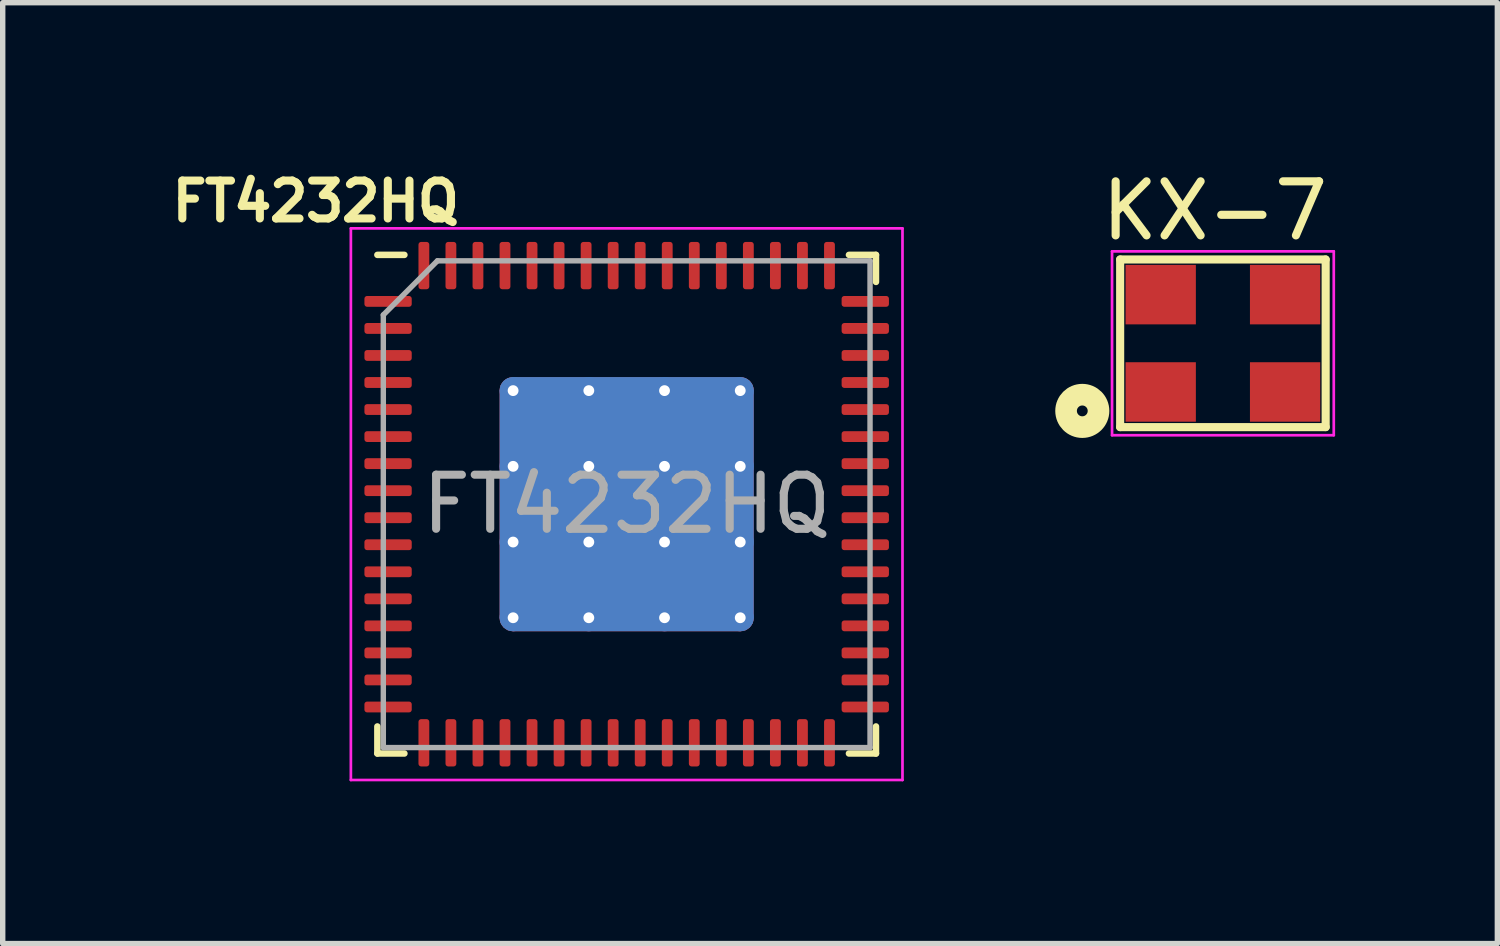
<source format=kicad_pcb>
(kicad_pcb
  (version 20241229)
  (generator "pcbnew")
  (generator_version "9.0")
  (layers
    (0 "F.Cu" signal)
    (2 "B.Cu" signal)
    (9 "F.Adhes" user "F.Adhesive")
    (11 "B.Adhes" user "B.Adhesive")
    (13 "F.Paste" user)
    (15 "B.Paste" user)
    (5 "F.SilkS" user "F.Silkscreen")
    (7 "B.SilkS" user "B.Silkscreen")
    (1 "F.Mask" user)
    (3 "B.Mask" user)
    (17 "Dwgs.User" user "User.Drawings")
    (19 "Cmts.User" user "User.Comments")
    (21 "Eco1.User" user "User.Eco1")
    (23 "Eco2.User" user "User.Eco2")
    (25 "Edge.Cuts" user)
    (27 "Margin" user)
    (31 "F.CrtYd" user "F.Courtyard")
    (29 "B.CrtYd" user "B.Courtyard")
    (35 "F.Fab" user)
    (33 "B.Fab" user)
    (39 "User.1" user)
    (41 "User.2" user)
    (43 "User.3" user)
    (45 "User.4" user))
  (footprint "FT4232HQ"
    (layer "F.Cu")
    (at 8.538 6.273)
    (property "Reference" "FT4232HQ" (at -5.75 -5.6 0) (layer "F.SilkS") (effects (font (size 0.7 0.7) (thickness 0.15))))
    (attr smd)
    (fp_line (start -4.61 4.61) (end -4.61 4.11) (stroke (width 0.12) (type solid)) (layer "F.SilkS"))
    (fp_line (start -4.11 -4.61) (end -4.61 -4.61) (stroke (width 0.12) (type solid)) (layer "F.SilkS"))
    (fp_line (start -4.11 4.61) (end -4.61 4.61) (stroke (width 0.12) (type solid)) (layer "F.SilkS"))
    (fp_line (start 4.11 -4.61) (end 4.61 -4.61) (stroke (width 0.12) (type solid)) (layer "F.SilkS"))
    (fp_line (start 4.11 4.61) (end 4.61 4.61) (stroke (width 0.12) (type solid)) (layer "F.SilkS"))
    (fp_line (start 4.61 -4.61) (end 4.61 -4.11) (stroke (width 0.12) (type solid)) (layer "F.SilkS"))
    (fp_line (start 4.61 4.61) (end 4.61 4.11) (stroke (width 0.12) (type solid)) (layer "F.SilkS"))
    (fp_line (start -5.1 -5.1) (end -5.1 5.1) (stroke (width 0.05) (type solid)) (layer "F.CrtYd"))
    (fp_line (start -5.1 5.1) (end 5.1 5.1) (stroke (width 0.05) (type solid)) (layer "F.CrtYd"))
    (fp_line (start 5.1 -5.1) (end -5.1 -5.1) (stroke (width 0.05) (type solid)) (layer "F.CrtYd"))
    (fp_line (start 5.1 5.1) (end 5.1 -5.1) (stroke (width 0.05) (type solid)) (layer "F.CrtYd"))
    (fp_line (start -4.5 -3.5) (end -3.5 -4.5) (stroke (width 0.1) (type solid)) (layer "F.Fab"))
    (fp_line (start -4.5 4.5) (end -4.5 -3.5) (stroke (width 0.1) (type solid)) (layer "F.Fab"))
    (fp_line (start -3.5 -4.5) (end 4.5 -4.5) (stroke (width 0.1) (type solid)) (layer "F.Fab"))
    (fp_line (start 4.5 -4.5) (end 4.5 4.5) (stroke (width 0.1) (type solid)) (layer "F.Fab"))
    (fp_line (start 4.5 4.5) (end -4.5 4.5) (stroke (width 0.1) (type solid)) (layer "F.Fab"))
    (fp_text user "${REFERENCE}" (at 0 0 0) (layer "F.Fab") (effects (font (size 1 1) (thickness 0.15))))
    (pad "" smd roundrect (at -1.4 -1.4) (size 1.263 1.263) (layers "F.Paste") (roundrect_rratio 0.198))
    (pad "" smd roundrect (at -1.4 0) (size 1.263 1.263) (layers "F.Paste") (roundrect_rratio 0.198))
    (pad "" smd roundrect (at -1.4 1.4) (size 1.263 1.263) (layers "F.Paste") (roundrect_rratio 0.198))
    (pad "" smd roundrect (at 0 -1.4) (size 1.263 1.263) (layers "F.Paste") (roundrect_rratio 0.198))
    (pad "" smd roundrect (at 0 0) (size 1.263 1.263) (layers "F.Paste") (roundrect_rratio 0.198))
    (pad "" smd roundrect (at 0 1.4) (size 1.263 1.263) (layers "F.Paste") (roundrect_rratio 0.198))
    (pad "" smd roundrect (at 1.4 -1.4) (size 1.263 1.263) (layers "F.Paste") (roundrect_rratio 0.198))
    (pad "" smd roundrect (at 1.4 0) (size 1.263 1.263) (layers "F.Paste") (roundrect_rratio 0.198))
    (pad "" smd roundrect (at 1.4 1.4) (size 1.263 1.263) (layers "F.Paste") (roundrect_rratio 0.198))
    (pad "1" smd roundrect (at -4.412 -3.75) (size 0.875 0.2) (layers "F.Cu" "F.Mask" "F.Paste") (roundrect_rratio 0.25))
    (pad "2" smd roundrect (at -4.412 -3.25) (size 0.875 0.2) (layers "F.Cu" "F.Mask" "F.Paste") (roundrect_rratio 0.25))
    (pad "3" smd roundrect (at -4.412 -2.75) (size 0.875 0.2) (layers "F.Cu" "F.Mask" "F.Paste") (roundrect_rratio 0.25))
    (pad "4" smd roundrect (at -4.412 -2.25) (size 0.875 0.2) (layers "F.Cu" "F.Mask" "F.Paste") (roundrect_rratio 0.25))
    (pad "5" smd roundrect (at -4.412 -1.75) (size 0.875 0.2) (layers "F.Cu" "F.Mask" "F.Paste") (roundrect_rratio 0.25))
    (pad "6" smd roundrect (at -4.412 -1.25) (size 0.875 0.2) (layers "F.Cu" "F.Mask" "F.Paste") (roundrect_rratio 0.25))
    (pad "7" smd roundrect (at -4.412 -0.75) (size 0.875 0.2) (layers "F.Cu" "F.Mask" "F.Paste") (roundrect_rratio 0.25))
    (pad "8" smd roundrect (at -4.412 -0.25) (size 0.875 0.2) (layers "F.Cu" "F.Mask" "F.Paste") (roundrect_rratio 0.25))
    (pad "9" smd roundrect (at -4.412 0.25) (size 0.875 0.2) (layers "F.Cu" "F.Mask" "F.Paste") (roundrect_rratio 0.25))
    (pad "10" smd roundrect (at -4.412 0.75) (size 0.875 0.2) (layers "F.Cu" "F.Mask" "F.Paste") (roundrect_rratio 0.25))
    (pad "11" smd roundrect (at -4.412 1.25) (size 0.875 0.2) (layers "F.Cu" "F.Mask" "F.Paste") (roundrect_rratio 0.25))
    (pad "12" smd roundrect (at -4.412 1.75) (size 0.875 0.2) (layers "F.Cu" "F.Mask" "F.Paste") (roundrect_rratio 0.25))
    (pad "13" smd roundrect (at -4.412 2.25) (size 0.875 0.2) (layers "F.Cu" "F.Mask" "F.Paste") (roundrect_rratio 0.25))
    (pad "14" smd roundrect (at -4.412 2.75) (size 0.875 0.2) (layers "F.Cu" "F.Mask" "F.Paste") (roundrect_rratio 0.25))
    (pad "15" smd roundrect (at -4.412 3.25) (size 0.875 0.2) (layers "F.Cu" "F.Mask" "F.Paste") (roundrect_rratio 0.25))
    (pad "16" smd roundrect (at -4.412 3.75) (size 0.875 0.2) (layers "F.Cu" "F.Mask" "F.Paste") (roundrect_rratio 0.25))
    (pad "17" smd roundrect (at -3.75 4.412) (size 0.2 0.875) (layers "F.Cu" "F.Mask" "F.Paste") (roundrect_rratio 0.25))
    (pad "18" smd roundrect (at -3.25 4.412) (size 0.2 0.875) (layers "F.Cu" "F.Mask" "F.Paste") (roundrect_rratio 0.25))
    (pad "19" smd roundrect (at -2.75 4.412) (size 0.2 0.875) (layers "F.Cu" "F.Mask" "F.Paste") (roundrect_rratio 0.25))
    (pad "20" smd roundrect (at -2.25 4.412) (size 0.2 0.875) (layers "F.Cu" "F.Mask" "F.Paste") (roundrect_rratio 0.25))
    (pad "21" smd roundrect (at -1.75 4.412) (size 0.2 0.875) (layers "F.Cu" "F.Mask" "F.Paste") (roundrect_rratio 0.25))
    (pad "22" smd roundrect (at -1.25 4.412) (size 0.2 0.875) (layers "F.Cu" "F.Mask" "F.Paste") (roundrect_rratio 0.25))
    (pad "23" smd roundrect (at -0.75 4.412) (size 0.2 0.875) (layers "F.Cu" "F.Mask" "F.Paste") (roundrect_rratio 0.25))
    (pad "24" smd roundrect (at -0.25 4.412) (size 0.2 0.875) (layers "F.Cu" "F.Mask" "F.Paste") (roundrect_rratio 0.25))
    (pad "25" smd roundrect (at 0.25 4.412) (size 0.2 0.875) (layers "F.Cu" "F.Mask" "F.Paste") (roundrect_rratio 0.25))
    (pad "26" smd roundrect (at 0.75 4.412) (size 0.2 0.875) (layers "F.Cu" "F.Mask" "F.Paste") (roundrect_rratio 0.25))
    (pad "27" smd roundrect (at 1.25 4.412) (size 0.2 0.875) (layers "F.Cu" "F.Mask" "F.Paste") (roundrect_rratio 0.25))
    (pad "28" smd roundrect (at 1.75 4.412) (size 0.2 0.875) (layers "F.Cu" "F.Mask" "F.Paste") (roundrect_rratio 0.25))
    (pad "29" smd roundrect (at 2.25 4.412) (size 0.2 0.875) (layers "F.Cu" "F.Mask" "F.Paste") (roundrect_rratio 0.25))
    (pad "30" smd roundrect (at 2.75 4.412) (size 0.2 0.875) (layers "F.Cu" "F.Mask" "F.Paste") (roundrect_rratio 0.25))
    (pad "31" smd roundrect (at 3.25 4.412) (size 0.2 0.875) (layers "F.Cu" "F.Mask" "F.Paste") (roundrect_rratio 0.25))
    (pad "32" smd roundrect (at 3.75 4.412) (size 0.2 0.875) (layers "F.Cu" "F.Mask" "F.Paste") (roundrect_rratio 0.25))
    (pad "33" smd roundrect (at 4.412 3.75) (size 0.875 0.2) (layers "F.Cu" "F.Mask" "F.Paste") (roundrect_rratio 0.25))
    (pad "34" smd roundrect (at 4.412 3.25) (size 0.875 0.2) (layers "F.Cu" "F.Mask" "F.Paste") (roundrect_rratio 0.25))
    (pad "35" smd roundrect (at 4.412 2.75) (size 0.875 0.2) (layers "F.Cu" "F.Mask" "F.Paste") (roundrect_rratio 0.25))
    (pad "36" smd roundrect (at 4.412 2.25) (size 0.875 0.2) (layers "F.Cu" "F.Mask" "F.Paste") (roundrect_rratio 0.25))
    (pad "37" smd roundrect (at 4.412 1.75) (size 0.875 0.2) (layers "F.Cu" "F.Mask" "F.Paste") (roundrect_rratio 0.25))
    (pad "38" smd roundrect (at 4.412 1.25) (size 0.875 0.2) (layers "F.Cu" "F.Mask" "F.Paste") (roundrect_rratio 0.25))
    (pad "39" smd roundrect (at 4.412 0.75) (size 0.875 0.2) (layers "F.Cu" "F.Mask" "F.Paste") (roundrect_rratio 0.25))
    (pad "40" smd roundrect (at 4.412 0.25) (size 0.875 0.2) (layers "F.Cu" "F.Mask" "F.Paste") (roundrect_rratio 0.25))
    (pad "41" smd roundrect (at 4.412 -0.25) (size 0.875 0.2) (layers "F.Cu" "F.Mask" "F.Paste") (roundrect_rratio 0.25))
    (pad "42" smd roundrect (at 4.412 -0.75) (size 0.875 0.2) (layers "F.Cu" "F.Mask" "F.Paste") (roundrect_rratio 0.25))
    (pad "43" smd roundrect (at 4.412 -1.25) (size 0.875 0.2) (layers "F.Cu" "F.Mask" "F.Paste") (roundrect_rratio 0.25))
    (pad "44" smd roundrect (at 4.412 -1.75) (size 0.875 0.2) (layers "F.Cu" "F.Mask" "F.Paste") (roundrect_rratio 0.25))
    (pad "45" smd roundrect (at 4.412 -2.25) (size 0.875 0.2) (layers "F.Cu" "F.Mask" "F.Paste") (roundrect_rratio 0.25))
    (pad "46" smd roundrect (at 4.412 -2.75) (size 0.875 0.2) (layers "F.Cu" "F.Mask" "F.Paste") (roundrect_rratio 0.25))
    (pad "47" smd roundrect (at 4.412 -3.25) (size 0.875 0.2) (layers "F.Cu" "F.Mask" "F.Paste") (roundrect_rratio 0.25))
    (pad "48" smd roundrect (at 4.412 -3.75) (size 0.875 0.2) (layers "F.Cu" "F.Mask" "F.Paste") (roundrect_rratio 0.25))
    (pad "49" smd roundrect (at 3.75 -4.412) (size 0.2 0.875) (layers "F.Cu" "F.Mask" "F.Paste") (roundrect_rratio 0.25))
    (pad "50" smd roundrect (at 3.25 -4.412) (size 0.2 0.875) (layers "F.Cu" "F.Mask" "F.Paste") (roundrect_rratio 0.25))
    (pad "51" smd roundrect (at 2.75 -4.412) (size 0.2 0.875) (layers "F.Cu" "F.Mask" "F.Paste") (roundrect_rratio 0.25))
    (pad "52" smd roundrect (at 2.25 -4.412) (size 0.2 0.875) (layers "F.Cu" "F.Mask" "F.Paste") (roundrect_rratio 0.25))
    (pad "53" smd roundrect (at 1.75 -4.412) (size 0.2 0.875) (layers "F.Cu" "F.Mask" "F.Paste") (roundrect_rratio 0.25))
    (pad "54" smd roundrect (at 1.25 -4.412) (size 0.2 0.875) (layers "F.Cu" "F.Mask" "F.Paste") (roundrect_rratio 0.25))
    (pad "55" smd roundrect (at 0.75 -4.412) (size 0.2 0.875) (layers "F.Cu" "F.Mask" "F.Paste") (roundrect_rratio 0.25))
    (pad "56" smd roundrect (at 0.25 -4.412) (size 0.2 0.875) (layers "F.Cu" "F.Mask" "F.Paste") (roundrect_rratio 0.25))
    (pad "57" smd roundrect (at -0.25 -4.412) (size 0.2 0.875) (layers "F.Cu" "F.Mask" "F.Paste") (roundrect_rratio 0.25))
    (pad "58" smd roundrect (at -0.75 -4.412) (size 0.2 0.875) (layers "F.Cu" "F.Mask" "F.Paste") (roundrect_rratio 0.25))
    (pad "59" smd roundrect (at -1.25 -4.412) (size 0.2 0.875) (layers "F.Cu" "F.Mask" "F.Paste") (roundrect_rratio 0.25))
    (pad "60" smd roundrect (at -1.75 -4.412) (size 0.2 0.875) (layers "F.Cu" "F.Mask" "F.Paste") (roundrect_rratio 0.25))
    (pad "61" smd roundrect (at -2.25 -4.412) (size 0.2 0.875) (layers "F.Cu" "F.Mask" "F.Paste") (roundrect_rratio 0.25))
    (pad "62" smd roundrect (at -2.75 -4.412) (size 0.2 0.875) (layers "F.Cu" "F.Mask" "F.Paste") (roundrect_rratio 0.25))
    (pad "63" smd roundrect (at -3.25 -4.412) (size 0.2 0.875) (layers "F.Cu" "F.Mask" "F.Paste") (roundrect_rratio 0.25))
    (pad "64" smd roundrect (at -3.75 -4.412) (size 0.2 0.875) (layers "F.Cu" "F.Mask" "F.Paste") (roundrect_rratio 0.25))
    (pad "65" thru_hole circle (at -2.1 -2.1) (size 0.5 0.5) (drill 0.2) (layers "*.Cu"))
    (pad "65" thru_hole circle (at -2.1 -0.7) (size 0.5 0.5) (drill 0.2) (layers "*.Cu"))
    (pad "65" thru_hole circle (at -2.1 0.7) (size 0.5 0.5) (drill 0.2) (layers "*.Cu"))
    (pad "65" thru_hole circle (at -2.1 2.1) (size 0.5 0.5) (drill 0.2) (layers "*.Cu"))
    (pad "65" thru_hole circle (at -0.7 -2.1) (size 0.5 0.5) (drill 0.2) (layers "*.Cu"))
    (pad "65" thru_hole circle (at -0.7 -0.7) (size 0.5 0.5) (drill 0.2) (layers "*.Cu"))
    (pad "65" thru_hole circle (at -0.7 0.7) (size 0.5 0.5) (drill 0.2) (layers "*.Cu"))
    (pad "65" thru_hole circle (at -0.7 2.1) (size 0.5 0.5) (drill 0.2) (layers "*.Cu"))
    (pad "65" smd roundrect (at 0 0) (size 4.7 4.7) (layers "F.Cu" "F.Mask") (roundrect_rratio 0.053))
    (pad "65" smd roundrect (at 0 0) (size 4.7 4.7) (layers "B.Cu") (roundrect_rratio 0.053))
    (pad "65" thru_hole circle (at 0.7 -2.1) (size 0.5 0.5) (drill 0.2) (layers "*.Cu"))
    (pad "65" thru_hole circle (at 0.7 -0.7) (size 0.5 0.5) (drill 0.2) (layers "*.Cu"))
    (pad "65" thru_hole circle (at 0.7 0.7) (size 0.5 0.5) (drill 0.2) (layers "*.Cu"))
    (pad "65" thru_hole circle (at 0.7 2.1) (size 0.5 0.5) (drill 0.2) (layers "*.Cu"))
    (pad "65" thru_hole circle (at 2.1 -2.1) (size 0.5 0.5) (drill 0.2) (layers "*.Cu"))
    (pad "65" thru_hole circle (at 2.1 -0.7) (size 0.5 0.5) (drill 0.2) (layers "*.Cu"))
    (pad "65" thru_hole circle (at 2.1 0.7) (size 0.5 0.5) (drill 0.2) (layers "*.Cu"))
    (pad "65" thru_hole circle (at 2.1 2.1) (size 0.5 0.5) (drill 0.2) (layers "*.Cu")))
  (footprint "KX-7"
    (layer "F.Cu")
    (at 19.513 3.248)
    (property "Reference" "KX-7" (at -0.1 -2.4 180) (layer "F.SilkS") (effects (font (size 1 1) (thickness 0.15))))
    (attr smd)
    (fp_line (start -1.85 -1.5) (end 1.95 -1.5) (stroke (width 0.15) (type solid)) (layer "F.SilkS"))
    (fp_line (start -1.85 1.6) (end -1.85 -1.5) (stroke (width 0.15) (type solid)) (layer "F.SilkS"))
    (fp_line (start 1.95 -1.5) (end 1.95 1.6) (stroke (width 0.15) (type solid)) (layer "F.SilkS"))
    (fp_line (start 1.95 1.6) (end -1.85 1.6) (stroke (width 0.15) (type solid)) (layer "F.SilkS"))
    (fp_circle (center -2.55 1.3) (end -2.45 1.3) (stroke (width 0.4) (type solid)) (fill no) (layer "F.SilkS"))
    (fp_line (start -2 -1.65) (end 2.1 -1.65) (stroke (width 0.05) (type solid)) (layer "F.CrtYd"))
    (fp_line (start -2 1.75) (end -2 -1.65) (stroke (width 0.05) (type solid)) (layer "F.CrtYd"))
    (fp_line (start 2.1 -1.65) (end 2.1 1.75) (stroke (width 0.05) (type solid)) (layer "F.CrtYd"))
    (fp_line (start 2.1 1.75) (end -2 1.75) (stroke (width 0.05) (type solid)) (layer "F.CrtYd"))
    (pad "1" smd rect (at -1.1 0.95) (size 1.3 1.1) (layers "F.Cu" "F.Mask" "F.Paste"))
    (pad "2" smd rect (at 1.2 0.95) (size 1.3 1.1) (layers "F.Cu" "F.Mask" "F.Paste"))
    (pad "3" smd rect (at 1.2 -0.85) (size 1.3 1.1) (layers "F.Cu" "F.Mask" "F.Paste"))
    (pad "4" smd rect (at -1.1 -0.85) (size 1.3 1.1) (layers "F.Cu" "F.Mask" "F.Paste")))
  (gr_rect
    (start -3 -3)
    (end 24.638 14.398)
    (stroke (width 0.1) (type default))
    (fill no)
    (layer "Edge.Cuts")))
</source>
